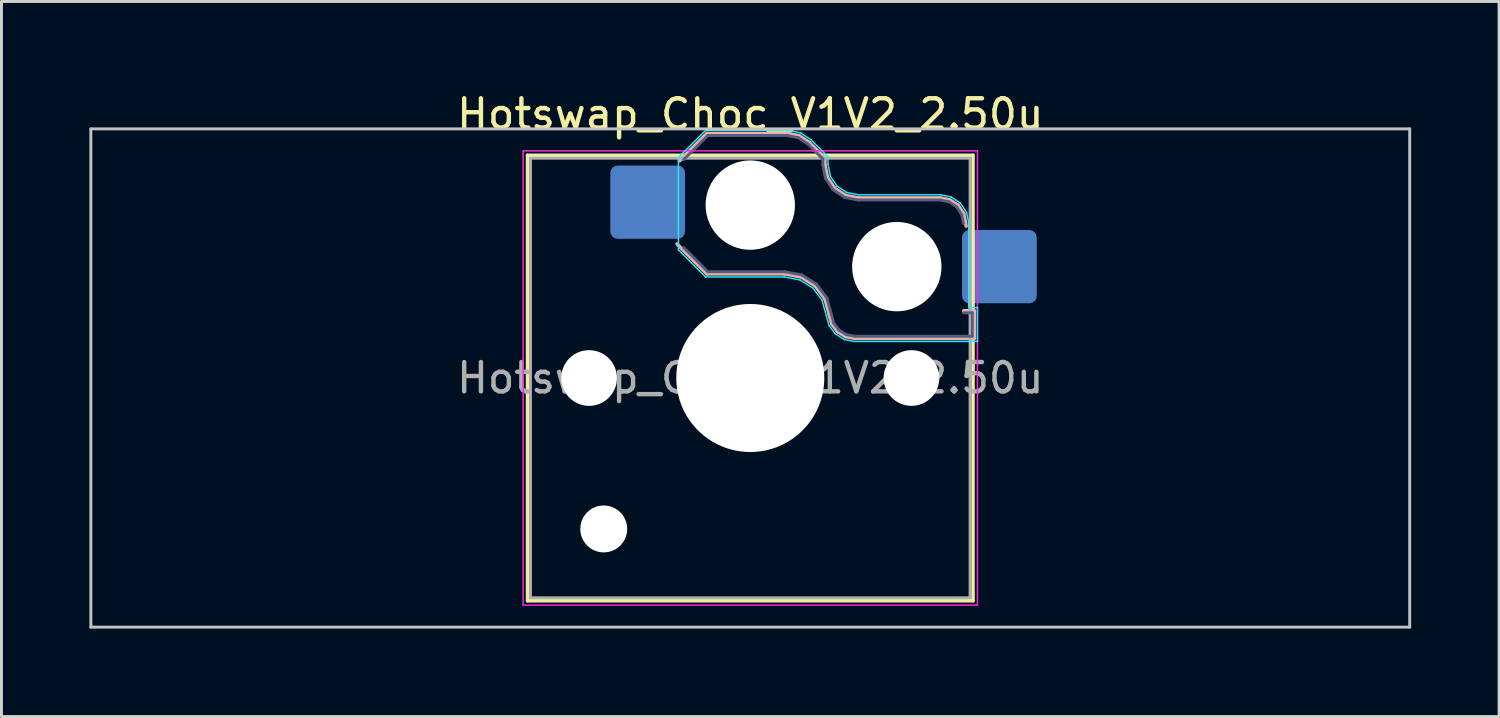
<source format=kicad_pcb>
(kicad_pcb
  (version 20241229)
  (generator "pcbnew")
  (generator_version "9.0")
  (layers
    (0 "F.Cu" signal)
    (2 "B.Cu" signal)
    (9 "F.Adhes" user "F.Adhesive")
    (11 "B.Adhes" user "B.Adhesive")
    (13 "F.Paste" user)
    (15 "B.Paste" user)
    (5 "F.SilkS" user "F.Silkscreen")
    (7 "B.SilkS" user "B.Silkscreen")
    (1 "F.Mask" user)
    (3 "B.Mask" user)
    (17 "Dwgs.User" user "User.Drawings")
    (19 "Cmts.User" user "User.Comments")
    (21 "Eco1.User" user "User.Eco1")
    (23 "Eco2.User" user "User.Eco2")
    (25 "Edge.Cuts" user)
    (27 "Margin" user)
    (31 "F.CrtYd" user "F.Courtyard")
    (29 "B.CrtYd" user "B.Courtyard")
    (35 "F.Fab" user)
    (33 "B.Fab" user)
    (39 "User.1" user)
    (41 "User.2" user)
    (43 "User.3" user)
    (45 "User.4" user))
  (footprint "Hotswap_Choc_V1V2_2.50u"
    (layer "F.Cu")
    (at 22.55 9.848)
    (property "Reference" "Hotswap_Choc_V1V2_2.50u" (at 0 -9 0) (layer "F.SilkS") (effects (font (size 1 1) (thickness 0.15))))
    (attr smd)
    (fp_line (start -7.6 -7.6) (end -7.6 7.6) (stroke (width 0.12) (type solid)) (layer "F.SilkS"))
    (fp_line (start -7.6 7.6) (end 7.6 7.6) (stroke (width 0.12) (type solid)) (layer "F.SilkS"))
    (fp_line (start 7.6 -7.6) (end -7.6 -7.6) (stroke (width 0.12) (type solid)) (layer "F.SilkS"))
    (fp_line (start 7.6 7.6) (end 7.6 -7.6) (stroke (width 0.12) (type solid)) (layer "F.SilkS"))
    (fp_line (start -2.416 -7.409) (end -1.479 -8.346) (stroke (width 0.12) (type solid)) (layer "B.SilkS"))
    (fp_line (start -1.479 -8.346) (end 1.268 -8.346) (stroke (width 0.12) (type solid)) (layer "B.SilkS"))
    (fp_line (start -1.479 -3.554) (end -2.5 -4.575) (stroke (width 0.12) (type solid)) (layer "B.SilkS"))
    (fp_line (start 1.168 -3.554) (end -1.479 -3.554) (stroke (width 0.12) (type solid)) (layer "B.SilkS"))
    (fp_line (start 1.268 -8.346) (end 1.671 -8.266) (stroke (width 0.12) (type solid)) (layer "B.SilkS"))
    (fp_line (start 1.671 -8.266) (end 2.013 -8.037) (stroke (width 0.12) (type solid)) (layer "B.SilkS"))
    (fp_line (start 1.73 -3.449) (end 1.168 -3.554) (stroke (width 0.12) (type solid)) (layer "B.SilkS"))
    (fp_line (start 2.013 -8.037) (end 2.546 -7.504) (stroke (width 0.12) (type solid)) (layer "B.SilkS"))
    (fp_line (start 2.209 -3.15) (end 1.73 -3.449) (stroke (width 0.12) (type solid)) (layer "B.SilkS"))
    (fp_line (start 2.546 -7.504) (end 2.546 -7.282) (stroke (width 0.12) (type solid)) (layer "B.SilkS"))
    (fp_line (start 2.546 -7.282) (end 2.633 -6.844) (stroke (width 0.12) (type solid)) (layer "B.SilkS"))
    (fp_line (start 2.547 -2.697) (end 2.209 -3.15) (stroke (width 0.12) (type solid)) (layer "B.SilkS"))
    (fp_line (start 2.633 -6.844) (end 2.877 -6.477) (stroke (width 0.12) (type solid)) (layer "B.SilkS"))
    (fp_line (start 2.701 -2.139) (end 2.547 -2.697) (stroke (width 0.12) (type solid)) (layer "B.SilkS"))
    (fp_line (start 2.783 -1.841) (end 2.701 -2.139) (stroke (width 0.12) (type solid)) (layer "B.SilkS"))
    (fp_line (start 2.877 -6.477) (end 3.244 -6.233) (stroke (width 0.12) (type solid)) (layer "B.SilkS"))
    (fp_line (start 2.976 -1.583) (end 2.783 -1.841) (stroke (width 0.12) (type solid)) (layer "B.SilkS"))
    (fp_line (start 3.244 -6.233) (end 3.682 -6.146) (stroke (width 0.12) (type solid)) (layer "B.SilkS"))
    (fp_line (start 3.25 -1.413) (end 2.976 -1.583) (stroke (width 0.12) (type solid)) (layer "B.SilkS"))
    (fp_line (start 3.56 -1.354) (end 3.25 -1.413) (stroke (width 0.12) (type solid)) (layer "B.SilkS"))
    (fp_line (start 3.682 -6.146) (end 6.482 -6.146) (stroke (width 0.12) (type solid)) (layer "B.SilkS"))
    (fp_line (start 6.482 -6.146) (end 6.809 -6.081) (stroke (width 0.12) (type solid)) (layer "B.SilkS"))
    (fp_line (start 6.809 -6.081) (end 7.092 -5.892) (stroke (width 0.12) (type solid)) (layer "B.SilkS"))
    (fp_line (start 7.092 -5.892) (end 7.281 -5.609) (stroke (width 0.12) (type solid)) (layer "B.SilkS"))
    (fp_line (start 7.281 -5.609) (end 7.366 -5.182) (stroke (width 0.12) (type solid)) (layer "B.SilkS"))
    (fp_line (start 7.283 -2.296) (end 7.646 -2.296) (stroke (width 0.12) (type solid)) (layer "B.SilkS"))
    (fp_line (start 7.646 -2.296) (end 7.646 -1.354) (stroke (width 0.12) (type solid)) (layer "B.SilkS"))
    (fp_line (start 7.646 -1.354) (end 3.56 -1.354) (stroke (width 0.12) (type solid)) (layer "B.SilkS"))
    (fp_line (start -22.5 -8.5) (end -22.5 8.5) (stroke (width 0.1) (type solid)) (layer "Dwgs.User"))
    (fp_line (start -22.5 8.5) (end 22.5 8.5) (stroke (width 0.1) (type solid)) (layer "Dwgs.User"))
    (fp_line (start 22.5 -8.5) (end -22.5 -8.5) (stroke (width 0.1) (type solid)) (layer "Dwgs.User"))
    (fp_line (start 22.5 8.5) (end 22.5 -8.5) (stroke (width 0.1) (type solid)) (layer "Dwgs.User"))
    (fp_line (start -7.25 -7.25) (end -7.25 7.25) (stroke (width 0.1) (type solid)) (layer "Eco1.User"))
    (fp_line (start -7.25 7.25) (end 7.25 7.25) (stroke (width 0.1) (type solid)) (layer "Eco1.User"))
    (fp_line (start 7.25 -7.25) (end -7.25 -7.25) (stroke (width 0.1) (type solid)) (layer "Eco1.User"))
    (fp_line (start 7.25 7.25) (end 7.25 -7.25) (stroke (width 0.1) (type solid)) (layer "Eco1.User"))
    (fp_line (start -2.452 -7.523) (end -1.523 -8.452) (stroke (width 0.05) (type solid)) (layer "B.CrtYd"))
    (fp_line (start -2.452 -4.377) (end -2.452 -7.523) (stroke (width 0.05) (type solid)) (layer "B.CrtYd"))
    (fp_line (start -1.523 -8.452) (end 1.278 -8.452) (stroke (width 0.05) (type solid)) (layer "B.CrtYd"))
    (fp_line (start -1.523 -3.448) (end -2.452 -4.377) (stroke (width 0.05) (type solid)) (layer "B.CrtYd"))
    (fp_line (start 1.159 -3.448) (end -1.523 -3.448) (stroke (width 0.05) (type solid)) (layer "B.CrtYd"))
    (fp_line (start 1.278 -8.452) (end 1.712 -8.366) (stroke (width 0.05) (type solid)) (layer "B.CrtYd"))
    (fp_line (start 1.691 -3.348) (end 1.159 -3.448) (stroke (width 0.05) (type solid)) (layer "B.CrtYd"))
    (fp_line (start 1.712 -8.366) (end 2.081 -8.119) (stroke (width 0.05) (type solid)) (layer "B.CrtYd"))
    (fp_line (start 2.081 -8.119) (end 2.652 -7.548) (stroke (width 0.05) (type solid)) (layer "B.CrtYd"))
    (fp_line (start 2.136 -3.071) (end 1.691 -3.348) (stroke (width 0.05) (type solid)) (layer "B.CrtYd"))
    (fp_line (start 2.45 -2.65) (end 2.136 -3.071) (stroke (width 0.05) (type solid)) (layer "B.CrtYd"))
    (fp_line (start 2.599 -2.111) (end 2.45 -2.65) (stroke (width 0.05) (type solid)) (layer "B.CrtYd"))
    (fp_line (start 2.652 -7.548) (end 2.652 -7.292) (stroke (width 0.05) (type solid)) (layer "B.CrtYd"))
    (fp_line (start 2.652 -7.292) (end 2.733 -6.885) (stroke (width 0.05) (type solid)) (layer "B.CrtYd"))
    (fp_line (start 2.687 -1.794) (end 2.599 -2.111) (stroke (width 0.05) (type solid)) (layer "B.CrtYd"))
    (fp_line (start 2.733 -6.885) (end 2.953 -6.553) (stroke (width 0.05) (type solid)) (layer "B.CrtYd"))
    (fp_line (start 2.903 -1.503) (end 2.687 -1.794) (stroke (width 0.05) (type solid)) (layer "B.CrtYd"))
    (fp_line (start 2.953 -6.553) (end 3.285 -6.333) (stroke (width 0.05) (type solid)) (layer "B.CrtYd"))
    (fp_line (start 3.211 -1.312) (end 2.903 -1.503) (stroke (width 0.05) (type solid)) (layer "B.CrtYd"))
    (fp_line (start 3.285 -6.333) (end 3.692 -6.252) (stroke (width 0.05) (type solid)) (layer "B.CrtYd"))
    (fp_line (start 3.55 -1.248) (end 3.211 -1.312) (stroke (width 0.05) (type solid)) (layer "B.CrtYd"))
    (fp_line (start 3.692 -6.252) (end 6.492 -6.252) (stroke (width 0.05) (type solid)) (layer "B.CrtYd"))
    (fp_line (start 6.492 -6.252) (end 6.85 -6.181) (stroke (width 0.05) (type solid)) (layer "B.CrtYd"))
    (fp_line (start 6.85 -6.181) (end 7.168 -5.968) (stroke (width 0.05) (type solid)) (layer "B.CrtYd"))
    (fp_line (start 7.168 -5.968) (end 7.381 -5.65) (stroke (width 0.05) (type solid)) (layer "B.CrtYd"))
    (fp_line (start 7.381 -5.65) (end 7.452 -5.292) (stroke (width 0.05) (type solid)) (layer "B.CrtYd"))
    (fp_line (start 7.452 -5.292) (end 7.452 -2.402) (stroke (width 0.05) (type solid)) (layer "B.CrtYd"))
    (fp_line (start 7.452 -2.402) (end 7.752 -2.402) (stroke (width 0.05) (type solid)) (layer "B.CrtYd"))
    (fp_line (start 7.752 -2.402) (end 7.752 -1.248) (stroke (width 0.05) (type solid)) (layer "B.CrtYd"))
    (fp_line (start 7.752 -1.248) (end 3.55 -1.248) (stroke (width 0.05) (type solid)) (layer "B.CrtYd"))
    (fp_line (start -7.75 -7.75) (end -7.75 7.75) (stroke (width 0.05) (type solid)) (layer "F.CrtYd"))
    (fp_line (start -7.75 7.75) (end 7.75 7.75) (stroke (width 0.05) (type solid)) (layer "F.CrtYd"))
    (fp_line (start 7.75 -7.75) (end -7.75 -7.75) (stroke (width 0.05) (type solid)) (layer "F.CrtYd"))
    (fp_line (start 7.75 7.75) (end 7.75 -7.75) (stroke (width 0.05) (type solid)) (layer "F.CrtYd"))
    (fp_line (start -2.275 -7.45) (end -1.45 -8.275) (stroke (width 0.1) (type solid)) (layer "B.Fab"))
    (fp_line (start -1.45 -8.275) (end 1.261 -8.275) (stroke (width 0.1) (type solid)) (layer "B.Fab"))
    (fp_line (start -1.45 -3.625) (end -2.275 -4.45) (stroke (width 0.1) (type solid)) (layer "B.Fab"))
    (fp_line (start 1.175 -3.625) (end -1.45 -3.625) (stroke (width 0.1) (type solid)) (layer "B.Fab"))
    (fp_line (start 1.261 -8.275) (end 1.643 -8.199) (stroke (width 0.1) (type solid)) (layer "B.Fab"))
    (fp_line (start 1.643 -8.199) (end 1.968 -7.982) (stroke (width 0.1) (type solid)) (layer "B.Fab"))
    (fp_line (start 1.756 -3.516) (end 1.175 -3.625) (stroke (width 0.1) (type solid)) (layer "B.Fab"))
    (fp_line (start 1.968 -7.982) (end 2.475 -7.475) (stroke (width 0.1) (type solid)) (layer "B.Fab"))
    (fp_line (start 2.258 -3.203) (end 1.756 -3.516) (stroke (width 0.1) (type solid)) (layer "B.Fab"))
    (fp_line (start 2.475 -7.475) (end 2.475 -7.275) (stroke (width 0.1) (type solid)) (layer "B.Fab"))
    (fp_line (start 2.475 -7.275) (end 2.566 -6.816) (stroke (width 0.1) (type solid)) (layer "B.Fab"))
    (fp_line (start 2.566 -6.816) (end 2.826 -6.426) (stroke (width 0.1) (type solid)) (layer "B.Fab"))
    (fp_line (start 2.612 -2.729) (end 2.258 -3.203) (stroke (width 0.1) (type solid)) (layer "B.Fab"))
    (fp_line (start 2.769 -2.158) (end 2.612 -2.729) (stroke (width 0.1) (type solid)) (layer "B.Fab"))
    (fp_line (start 2.826 -6.426) (end 3.216 -6.166) (stroke (width 0.1) (type solid)) (layer "B.Fab"))
    (fp_line (start 2.848 -1.873) (end 2.769 -2.158) (stroke (width 0.1) (type solid)) (layer "B.Fab"))
    (fp_line (start 3.025 -1.636) (end 2.848 -1.873) (stroke (width 0.1) (type solid)) (layer "B.Fab"))
    (fp_line (start 3.216 -6.166) (end 3.675 -6.075) (stroke (width 0.1) (type solid)) (layer "B.Fab"))
    (fp_line (start 3.276 -1.48) (end 3.025 -1.636) (stroke (width 0.1) (type solid)) (layer "B.Fab"))
    (fp_line (start 3.567 -1.425) (end 3.276 -1.48) (stroke (width 0.1) (type solid)) (layer "B.Fab"))
    (fp_line (start 3.675 -6.075) (end 6.475 -6.075) (stroke (width 0.1) (type solid)) (layer "B.Fab"))
    (fp_line (start 6.475 -6.075) (end 6.781 -6.014) (stroke (width 0.1) (type solid)) (layer "B.Fab"))
    (fp_line (start 6.781 -6.014) (end 7.041 -5.841) (stroke (width 0.1) (type solid)) (layer "B.Fab"))
    (fp_line (start 7.041 -5.841) (end 7.214 -5.581) (stroke (width 0.1) (type solid)) (layer "B.Fab"))
    (fp_line (start 7.214 -5.581) (end 7.275 -5.275) (stroke (width 0.1) (type solid)) (layer "B.Fab"))
    (fp_line (start 7.275 -2.225) (end 7.575 -2.225) (stroke (width 0.1) (type solid)) (layer "B.Fab"))
    (fp_line (start 7.575 -2.225) (end 7.575 -1.425) (stroke (width 0.1) (type solid)) (layer "B.Fab"))
    (fp_line (start 7.575 -1.425) (end 3.567 -1.425) (stroke (width 0.1) (type solid)) (layer "B.Fab"))
    (fp_line (start -7.5 -7.5) (end -7.5 7.5) (stroke (width 0.1) (type solid)) (layer "F.Fab"))
    (fp_line (start -7.5 7.5) (end 7.5 7.5) (stroke (width 0.1) (type solid)) (layer "F.Fab"))
    (fp_line (start 7.5 -7.5) (end -7.5 -7.5) (stroke (width 0.1) (type solid)) (layer "F.Fab"))
    (fp_line (start 7.5 7.5) (end 7.5 -7.5) (stroke (width 0.1) (type solid)) (layer "F.Fab"))
    (fp_text user "${REFERENCE}" (at 0 0 0) (layer "F.Fab") (effects (font (size 1 1) (thickness 0.15))))
    (pad "" np_thru_hole circle (at -5.5 0) (size 1.9 1.9) (drill 1.9) (layers "*.Cu" "*.Mask"))
    (pad "" np_thru_hole circle (at -5 5.15) (size 1.6 1.6) (drill 1.6) (layers "*.Cu" "*.Mask"))
    (pad "" np_thru_hole circle (at 0 -5.9) (size 3.05 3.05) (drill 3.05) (layers "*.Cu" "*.Mask"))
    (pad "" np_thru_hole circle (at 0 0) (size 5.05 5.05) (drill 5.05) (layers "*.Cu" "*.Mask"))
    (pad "" np_thru_hole circle (at 5 -3.8) (size 3.05 3.05) (drill 3.05) (layers "*.Cu" "*.Mask"))
    (pad "" np_thru_hole circle (at 5.5 0) (size 1.9 1.9) (drill 1.9) (layers "*.Cu" "*.Mask"))
    (pad "1" smd roundrect (at -3.5 -6) (size 2.55 2.5) (layers "B.Cu" "B.Mask" "B.Paste") (roundrect_rratio 0.1))
    (pad "2" smd roundrect (at 8.5 -3.8) (size 2.55 2.5) (layers "B.Cu" "B.Mask" "B.Paste") (roundrect_rratio 0.1)))
  (gr_rect
    (start -3 -3)
    (end 48.1 21.398)
    (stroke (width 0.1) (type default))
    (fill no)
    (layer "Edge.Cuts")))
</source>
